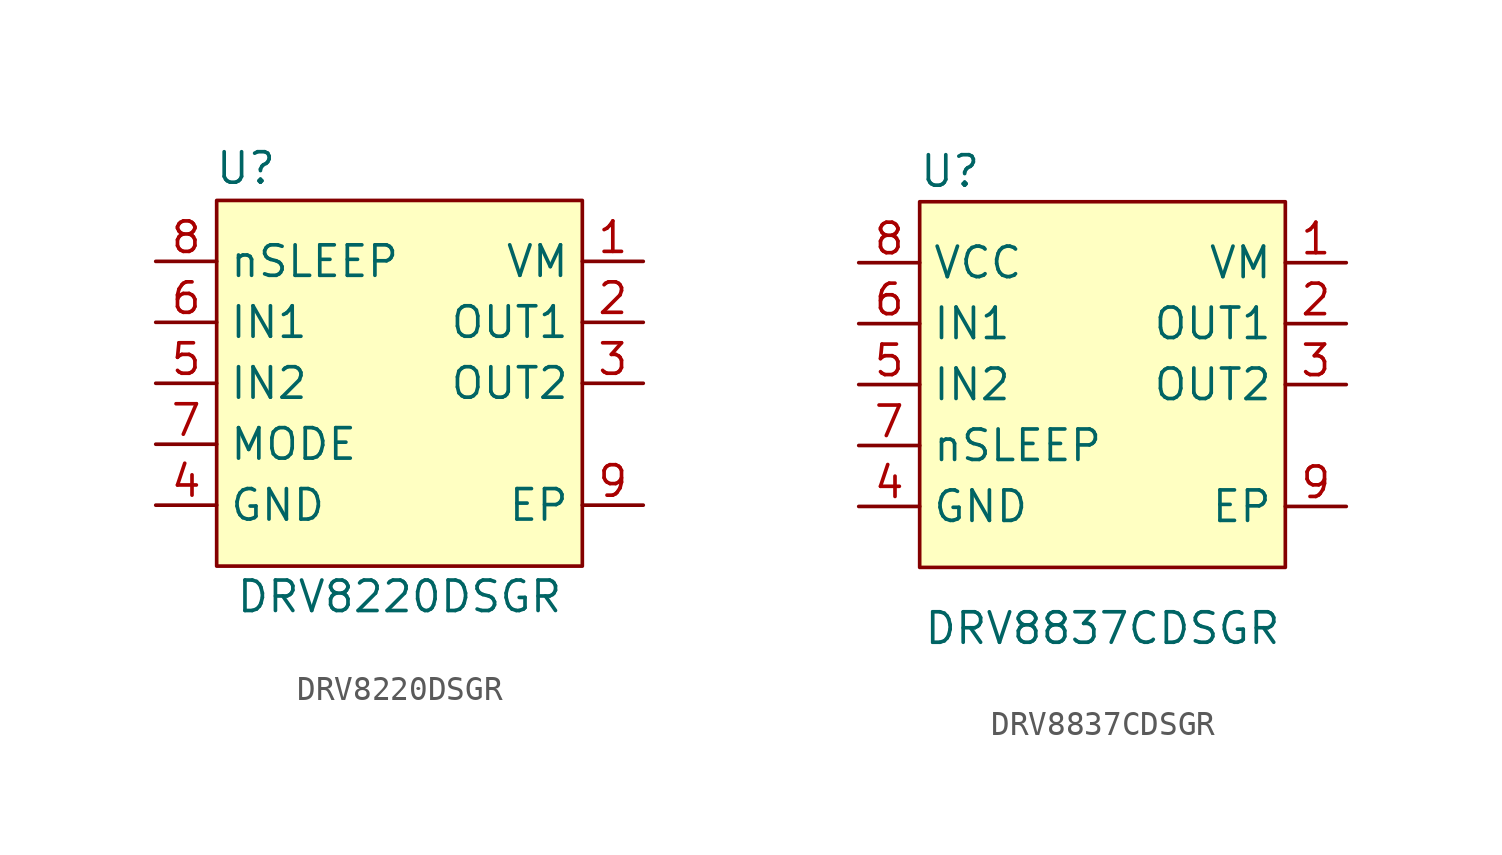
<source format=kicad_sym>
(kicad_symbol_lib
  (version 20220914)
  (generator kicad_symbol_editor)
  (symbol "DRV8220DSGR"
    (property "Reference" "U"
      (at -6.4 8.96 0)
      (effects (font (size 1.27 1.27))))
    (property "Value" "DRV8220DSGR"
      (at 0 -8.89 0)
      (effects (font (size 1.27 1.27))))
    (symbol "DRV8220DSGR_0_1"
      (rectangle (start -7.62 7.62) (end 7.62 -7.62) (stroke (width 0.152) (type default)) (fill (type background))))
    (symbol "DRV8220DSGR_1_1"
      (pin power_in line (at 10.16 5.08 180) (length 2.54) (name "VM" (effects (font (size 1.27 1.27)))) (number "1" (effects (font (size 1.27 1.27)))))
      (pin output line (at 10.16 2.54 180) (length 2.54) (name "OUT1" (effects (font (size 1.27 1.27)))) (number "2" (effects (font (size 1.27 1.27)))))
      (pin output line (at 10.16 0 180) (length 2.54) (name "OUT2" (effects (font (size 1.27 1.27)))) (number "3" (effects (font (size 1.27 1.27)))))
      (pin power_in line (at -10.16 -5.08 0) (length 2.54) (name "GND" (effects (font (size 1.27 1.27)))) (number "4" (effects (font (size 1.27 1.27)))))
      (pin input line (at -10.16 0 0) (length 2.54) (name "IN2" (effects (font (size 1.27 1.27)))) (number "5" (effects (font (size 1.27 1.27)))))
      (pin input line (at -10.16 2.54 0) (length 2.54) (name "IN1" (effects (font (size 1.27 1.27)))) (number "6" (effects (font (size 1.27 1.27)))))
      (pin input line (at -10.16 -2.54 0) (length 2.54) (name "MODE" (effects (font (size 1.27 1.27)))) (number "7" (effects (font (size 1.27 1.27)))))
      (pin input line (at -10.16 5.08 0) (length 2.54) (name "nSLEEP" (effects (font (size 1.27 1.27)))) (number "8" (effects (font (size 1.27 1.27)))))
      (pin power_in line (at 10.16 -5.08 180) (length 2.54) (name "EP" (effects (font (size 1.27 1.27)))) (number "9" (effects (font (size 1.27 1.27)))))))
  (symbol "DRV8837CDSGR"
    (property "Reference" "U"
      (at -6.35 8.89 0)
      (effects (font (size 1.27 1.27))))
    (property "Value" "DRV8837CDSGR"
      (at 0 -10.16 0)
      (effects (font (size 1.27 1.27))))
    (symbol "DRV8837CDSGR_0_1"
      (rectangle (start -7.62 7.62) (end 7.62 -7.62) (stroke (width 0.152) (type default)) (fill (type background))))
    (symbol "DRV8837CDSGR_1_1"
      (pin power_in line (at 10.16 5.08 180) (length 2.54) (name "VM" (effects (font (size 1.27 1.27)))) (number "1" (effects (font (size 1.27 1.27)))))
      (pin output line (at 10.16 2.54 180) (length 2.54) (name "OUT1" (effects (font (size 1.27 1.27)))) (number "2" (effects (font (size 1.27 1.27)))))
      (pin output line (at 10.16 0 180) (length 2.54) (name "OUT2" (effects (font (size 1.27 1.27)))) (number "3" (effects (font (size 1.27 1.27)))))
      (pin power_in line (at -10.16 -5.08 0) (length 2.54) (name "GND" (effects (font (size 1.27 1.27)))) (number "4" (effects (font (size 1.27 1.27)))))
      (pin input line (at -10.16 0 0) (length 2.54) (name "IN2" (effects (font (size 1.27 1.27)))) (number "5" (effects (font (size 1.27 1.27)))))
      (pin input line (at -10.16 2.54 0) (length 2.54) (name "IN1" (effects (font (size 1.27 1.27)))) (number "6" (effects (font (size 1.27 1.27)))))
      (pin input line (at -10.16 -2.54 0) (length 2.54) (name "nSLEEP" (effects (font (size 1.27 1.27)))) (number "7" (effects (font (size 1.27 1.27)))))
      (pin power_in line (at -10.16 5.08 0) (length 2.54) (name "VCC" (effects (font (size 1.27 1.27)))) (number "8" (effects (font (size 1.27 1.27)))))
      (pin power_in line (at 10.16 -5.08 180) (length 2.54) (name "EP" (effects (font (size 1.27 1.27)))) (number "9" (effects (font (size 1.27 1.27))))))))
</source>
